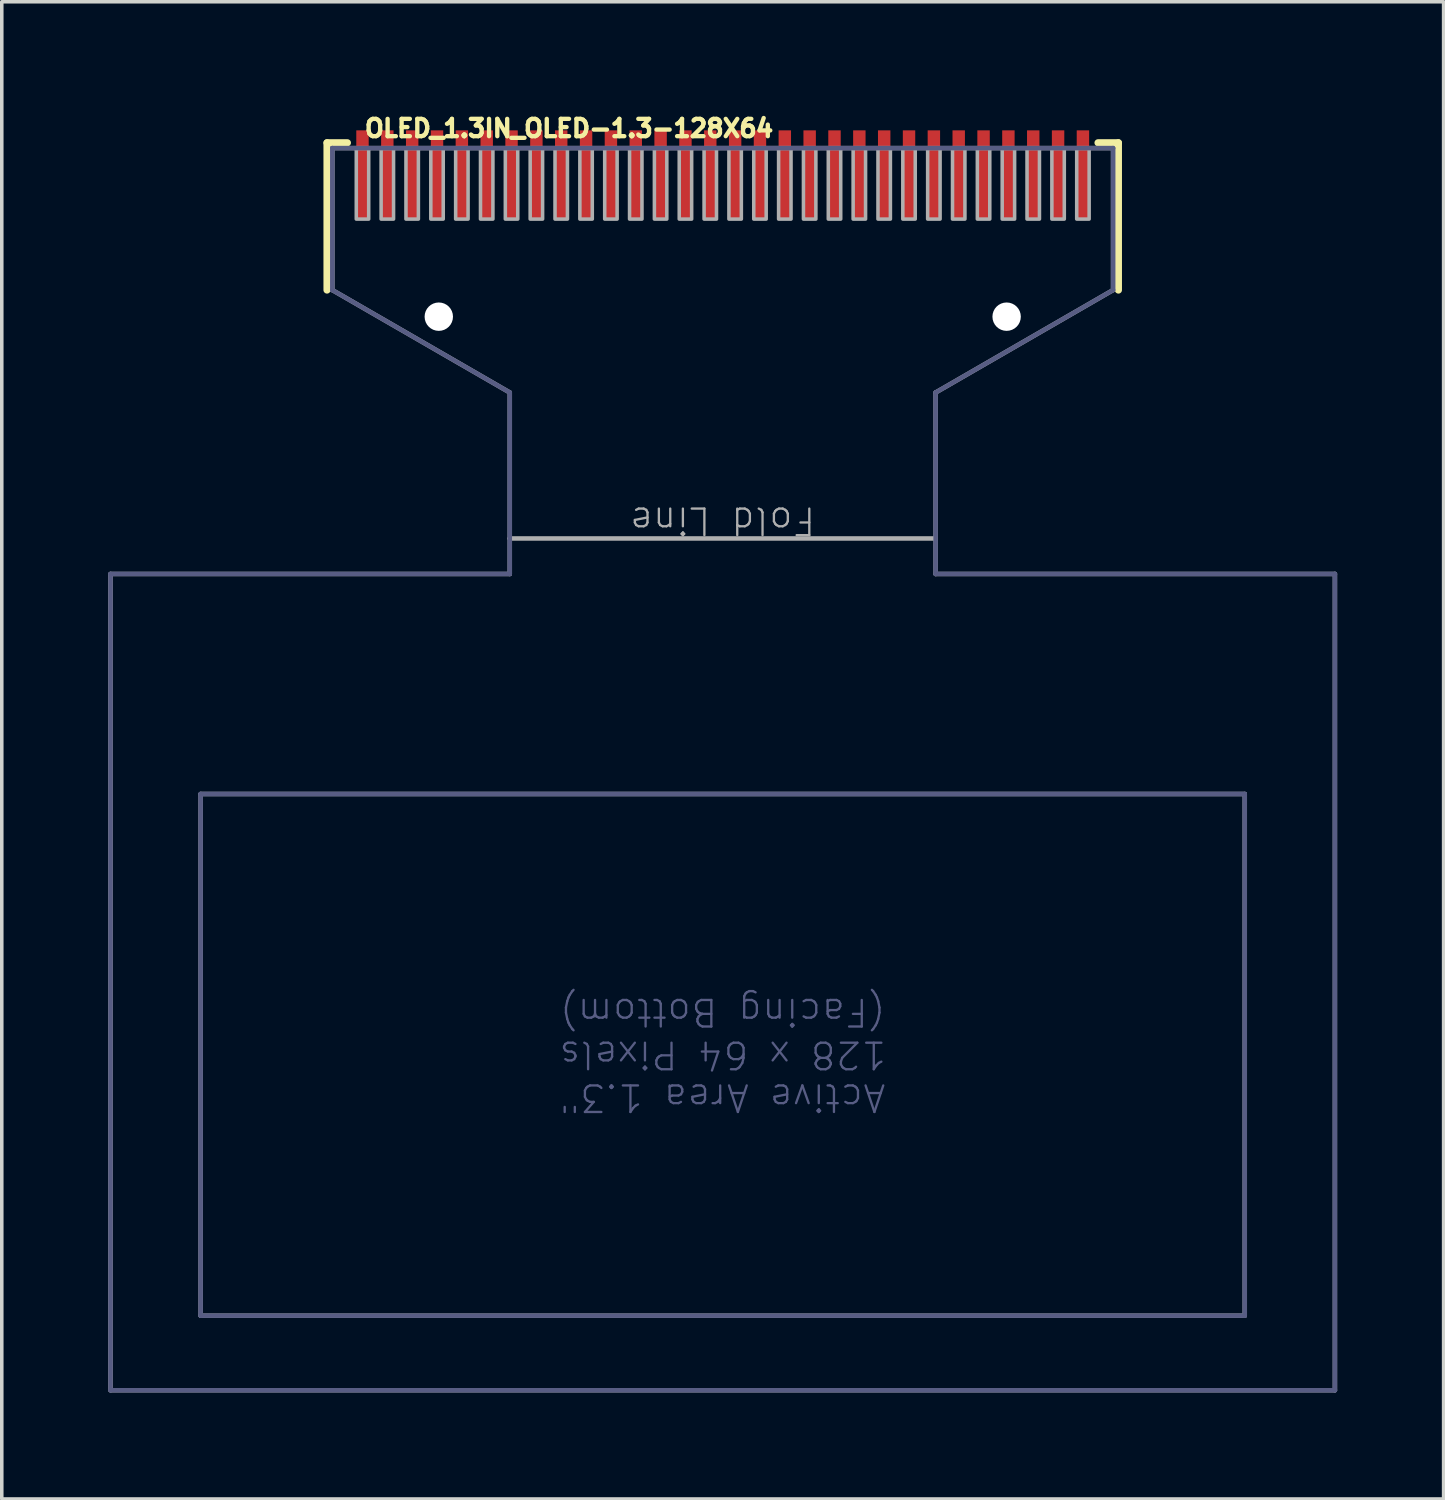
<source format=kicad_pcb>
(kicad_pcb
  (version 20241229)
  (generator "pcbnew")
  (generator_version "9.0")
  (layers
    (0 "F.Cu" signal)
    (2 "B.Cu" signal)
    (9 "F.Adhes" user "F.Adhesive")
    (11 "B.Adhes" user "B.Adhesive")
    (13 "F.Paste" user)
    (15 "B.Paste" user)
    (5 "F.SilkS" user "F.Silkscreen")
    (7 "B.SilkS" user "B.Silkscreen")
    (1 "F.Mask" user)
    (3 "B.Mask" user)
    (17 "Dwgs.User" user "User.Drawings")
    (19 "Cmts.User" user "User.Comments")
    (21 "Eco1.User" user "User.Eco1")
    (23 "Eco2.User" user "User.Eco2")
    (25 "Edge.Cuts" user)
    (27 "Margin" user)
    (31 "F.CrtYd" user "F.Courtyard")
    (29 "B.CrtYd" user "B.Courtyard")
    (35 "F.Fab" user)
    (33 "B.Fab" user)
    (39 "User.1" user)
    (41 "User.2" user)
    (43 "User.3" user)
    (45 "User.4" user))
  (footprint "OLED_1.3IN_OLED-1.3-128X64"
    (layer "F.Cu")
    (at 17.314 2.123)
    (property "Reference" "OLED_1.3IN_OLED-1.3-128X64" (at -10.15 -1.27 0) (unlocked yes) (layer "F.SilkS") (effects (font (size 0.488 0.488) (thickness 0.122)) (justify left bottom)))
    (fp_line (start -11.15 -1.15) (end -11.15 3) (stroke (width 0.2) (type solid)) (layer "F.SilkS"))
    (fp_line (start -10.575 -1.15) (end -11.15 -1.15) (stroke (width 0.2) (type solid)) (layer "F.SilkS"))
    (fp_line (start 10.575 -1.15) (end 11.15 -1.15) (stroke (width 0.2) (type solid)) (layer "F.SilkS"))
    (fp_line (start 11.15 -1.15) (end 11.15 3) (stroke (width 0.2) (type solid)) (layer "F.SilkS"))
    (fp_line (start -17.25 11) (end -17.25 34) (stroke (width 0.127) (type solid)) (layer "B.Fab"))
    (fp_line (start -17.25 34) (end 17.25 34) (stroke (width 0.127) (type solid)) (layer "B.Fab"))
    (fp_line (start -14.71 17.2) (end -14.71 31.9) (stroke (width 0.127) (type solid)) (layer "B.Fab"))
    (fp_line (start -14.71 31.9) (end 14.71 31.9) (stroke (width 0.127) (type solid)) (layer "B.Fab"))
    (fp_line (start -11 -1) (end -11 3) (stroke (width 0.127) (type solid)) (layer "B.Fab"))
    (fp_line (start -11 3) (end -6 5.887) (stroke (width 0.127) (type solid)) (layer "B.Fab"))
    (fp_line (start -6 5.887) (end -6 11) (stroke (width 0.127) (type solid)) (layer "B.Fab"))
    (fp_line (start -6 11) (end -17.25 11) (stroke (width 0.127) (type solid)) (layer "B.Fab"))
    (fp_line (start 6 5.887) (end 11 3) (stroke (width 0.127) (type solid)) (layer "B.Fab"))
    (fp_line (start 6 11) (end 6 5.887) (stroke (width 0.127) (type solid)) (layer "B.Fab"))
    (fp_line (start 11 -1) (end -11 -1) (stroke (width 0.127) (type solid)) (layer "B.Fab"))
    (fp_line (start 11 3) (end 11 -1) (stroke (width 0.127) (type solid)) (layer "B.Fab"))
    (fp_line (start 14.71 17.2) (end -14.71 17.2) (stroke (width 0.127) (type solid)) (layer "B.Fab"))
    (fp_line (start 14.71 31.9) (end 14.71 17.2) (stroke (width 0.127) (type solid)) (layer "B.Fab"))
    (fp_line (start 17.25 11) (end 6 11) (stroke (width 0.127) (type solid)) (layer "B.Fab"))
    (fp_line (start 17.25 34) (end 17.25 11) (stroke (width 0.127) (type solid)) (layer "B.Fab"))
    (fp_line (start -17.25 11) (end -17.25 34) (stroke (width 0.127) (type solid)) (layer "F.Fab"))
    (fp_line (start -17.25 34) (end 17.25 34) (stroke (width 0.127) (type solid)) (layer "F.Fab"))
    (fp_line (start -14.71 17.2) (end -14.71 31.9) (stroke (width 0.127) (type solid)) (layer "F.Fab"))
    (fp_line (start -14.71 31.9) (end 14.71 31.9) (stroke (width 0.127) (type solid)) (layer "F.Fab"))
    (fp_line (start -11 -1) (end -11 3) (stroke (width 0.127) (type solid)) (layer "F.Fab"))
    (fp_line (start -11 3) (end -6 5.887) (stroke (width 0.127) (type solid)) (layer "F.Fab"))
    (fp_line (start -6 5.887) (end -6 10) (stroke (width 0.127) (type solid)) (layer "F.Fab"))
    (fp_line (start -6 10) (end -6 11) (stroke (width 0.127) (type solid)) (layer "F.Fab"))
    (fp_line (start -6 11) (end -17.25 11) (stroke (width 0.127) (type solid)) (layer "F.Fab"))
    (fp_line (start 6 5.887) (end 11 3) (stroke (width 0.127) (type solid)) (layer "F.Fab"))
    (fp_line (start 6 10) (end -6 10) (stroke (width 0.127) (type solid)) (layer "F.Fab"))
    (fp_line (start 6 10) (end 6 5.887) (stroke (width 0.127) (type solid)) (layer "F.Fab"))
    (fp_line (start 6 11) (end 6 10) (stroke (width 0.127) (type solid)) (layer "F.Fab"))
    (fp_line (start 11 -1) (end -11 -1) (stroke (width 0.127) (type solid)) (layer "F.Fab"))
    (fp_line (start 11 3) (end 11 -1) (stroke (width 0.127) (type solid)) (layer "F.Fab"))
    (fp_line (start 14.71 17.2) (end -14.71 17.2) (stroke (width 0.127) (type solid)) (layer "F.Fab"))
    (fp_line (start 14.71 31.9) (end 14.71 17.2) (stroke (width 0.127) (type solid)) (layer "F.Fab"))
    (fp_line (start 17.25 11) (end 6 11) (stroke (width 0.127) (type solid)) (layer "F.Fab"))
    (fp_line (start 17.25 34) (end 17.25 11) (stroke (width 0.127) (type solid)) (layer "F.Fab"))
    (fp_poly (pts (xy -10.325 1) (xy -9.975 1) (xy -9.975 -1) (xy -10.325 -1)) (stroke (width 0.1) (type default)) (fill no) (layer "F.Fab"))
    (fp_poly (pts (xy -9.625 1) (xy -9.275 1) (xy -9.275 -1) (xy -9.625 -1)) (stroke (width 0.1) (type default)) (fill no) (layer "F.Fab"))
    (fp_poly (pts (xy -8.925 1) (xy -8.575 1) (xy -8.575 -1) (xy -8.925 -1)) (stroke (width 0.1) (type default)) (fill no) (layer "F.Fab"))
    (fp_poly (pts (xy -8.225 1) (xy -7.875 1) (xy -7.875 -1) (xy -8.225 -1)) (stroke (width 0.1) (type default)) (fill no) (layer "F.Fab"))
    (fp_poly (pts (xy -7.525 1) (xy -7.175 1) (xy -7.175 -1) (xy -7.525 -1)) (stroke (width 0.1) (type default)) (fill no) (layer "F.Fab"))
    (fp_poly (pts (xy -6.825 1) (xy -6.475 1) (xy -6.475 -1) (xy -6.825 -1)) (stroke (width 0.1) (type default)) (fill no) (layer "F.Fab"))
    (fp_poly (pts (xy -6.125 1) (xy -5.775 1) (xy -5.775 -1) (xy -6.125 -1)) (stroke (width 0.1) (type default)) (fill no) (layer "F.Fab"))
    (fp_poly (pts (xy -5.425 1) (xy -5.075 1) (xy -5.075 -1) (xy -5.425 -1)) (stroke (width 0.1) (type default)) (fill no) (layer "F.Fab"))
    (fp_poly (pts (xy -4.725 1) (xy -4.375 1) (xy -4.375 -1) (xy -4.725 -1)) (stroke (width 0.1) (type default)) (fill no) (layer "F.Fab"))
    (fp_poly (pts (xy -4.025 1) (xy -3.675 1) (xy -3.675 -1) (xy -4.025 -1)) (stroke (width 0.1) (type default)) (fill no) (layer "F.Fab"))
    (fp_poly (pts (xy -3.325 1) (xy -2.975 1) (xy -2.975 -1) (xy -3.325 -1)) (stroke (width 0.1) (type default)) (fill no) (layer "F.Fab"))
    (fp_poly (pts (xy -2.625 1) (xy -2.275 1) (xy -2.275 -1) (xy -2.625 -1)) (stroke (width 0.1) (type default)) (fill no) (layer "F.Fab"))
    (fp_poly (pts (xy -1.925 1) (xy -1.575 1) (xy -1.575 -1) (xy -1.925 -1)) (stroke (width 0.1) (type default)) (fill no) (layer "F.Fab"))
    (fp_poly (pts (xy -1.225 1) (xy -0.875 1) (xy -0.875 -1) (xy -1.225 -1)) (stroke (width 0.1) (type default)) (fill no) (layer "F.Fab"))
    (fp_poly (pts (xy -0.525 1) (xy -0.175 1) (xy -0.175 -1) (xy -0.525 -1)) (stroke (width 0.1) (type default)) (fill no) (layer "F.Fab"))
    (fp_poly (pts (xy 0.175 1) (xy 0.525 1) (xy 0.525 -1) (xy 0.175 -1)) (stroke (width 0.1) (type default)) (fill no) (layer "F.Fab"))
    (fp_poly (pts (xy 0.875 1) (xy 1.225 1) (xy 1.225 -1) (xy 0.875 -1)) (stroke (width 0.1) (type default)) (fill no) (layer "F.Fab"))
    (fp_poly (pts (xy 1.575 1) (xy 1.925 1) (xy 1.925 -1) (xy 1.575 -1)) (stroke (width 0.1) (type default)) (fill no) (layer "F.Fab"))
    (fp_poly (pts (xy 2.275 1) (xy 2.625 1) (xy 2.625 -1) (xy 2.275 -1)) (stroke (width 0.1) (type default)) (fill no) (layer "F.Fab"))
    (fp_poly (pts (xy 2.975 1) (xy 3.325 1) (xy 3.325 -1) (xy 2.975 -1)) (stroke (width 0.1) (type default)) (fill no) (layer "F.Fab"))
    (fp_poly (pts (xy 3.675 1) (xy 4.025 1) (xy 4.025 -1) (xy 3.675 -1)) (stroke (width 0.1) (type default)) (fill no) (layer "F.Fab"))
    (fp_poly (pts (xy 4.375 1) (xy 4.725 1) (xy 4.725 -1) (xy 4.375 -1)) (stroke (width 0.1) (type default)) (fill no) (layer "F.Fab"))
    (fp_poly (pts (xy 5.075 1) (xy 5.425 1) (xy 5.425 -1) (xy 5.075 -1)) (stroke (width 0.1) (type default)) (fill no) (layer "F.Fab"))
    (fp_poly (pts (xy 5.775 1) (xy 6.125 1) (xy 6.125 -1) (xy 5.775 -1)) (stroke (width 0.1) (type default)) (fill no) (layer "F.Fab"))
    (fp_poly (pts (xy 6.475 1) (xy 6.825 1) (xy 6.825 -1) (xy 6.475 -1)) (stroke (width 0.1) (type default)) (fill no) (layer "F.Fab"))
    (fp_poly (pts (xy 7.175 1) (xy 7.525 1) (xy 7.525 -1) (xy 7.175 -1)) (stroke (width 0.1) (type default)) (fill no) (layer "F.Fab"))
    (fp_poly (pts (xy 7.875 1) (xy 8.225 1) (xy 8.225 -1) (xy 7.875 -1)) (stroke (width 0.1) (type default)) (fill no) (layer "F.Fab"))
    (fp_poly (pts (xy 8.575 1) (xy 8.925 1) (xy 8.925 -1) (xy 8.575 -1)) (stroke (width 0.1) (type default)) (fill no) (layer "F.Fab"))
    (fp_poly (pts (xy 9.275 1) (xy 9.625 1) (xy 9.625 -1) (xy 9.275 -1)) (stroke (width 0.1) (type default)) (fill no) (layer "F.Fab"))
    (fp_poly (pts (xy 9.975 1) (xy 10.325 1) (xy 10.325 -1) (xy 9.975 -1)) (stroke (width 0.1) (type default)) (fill no) (layer "F.Fab"))
    (fp_text user "Active Area 1.3\"\n128 x 64 Pixels\n(Facing Bottom)" (at 0 24.55 180) (unlocked yes) (layer "B.Fab") (effects (font (size 0.748 0.748) (thickness 0.065))))
    (fp_text user "Fold Line" (at 0 9.5 180) (unlocked yes) (layer "F.Fab") (effects (font (size 0.748 0.748) (thickness 0.065))))
    (pad "" np_thru_hole circle (at -8 3.75) (size 0.8 0.8) (drill 0.8) (layers "*.Cu" "*.Mask"))
    (pad "" np_thru_hole circle (at 8 3.75) (size 0.8 0.8) (drill 0.8) (layers "*.Cu" "*.Mask"))
    (pad "1" smd rect (at -10.15 -0.25) (size 0.35 2.5) (layers "F.Cu" "F.Mask" "F.Paste"))
    (pad "2" smd rect (at -9.45 -0.25) (size 0.35 2.5) (layers "F.Cu" "F.Mask" "F.Paste"))
    (pad "3" smd rect (at -8.75 -0.25) (size 0.35 2.5) (layers "F.Cu" "F.Mask" "F.Paste"))
    (pad "4" smd rect (at -8.05 -0.25) (size 0.35 2.5) (layers "F.Cu" "F.Mask" "F.Paste"))
    (pad "5" smd rect (at -7.35 -0.25) (size 0.35 2.5) (layers "F.Cu" "F.Mask" "F.Paste"))
    (pad "6" smd rect (at -6.65 -0.25) (size 0.35 2.5) (layers "F.Cu" "F.Mask" "F.Paste"))
    (pad "7" smd rect (at -5.95 -0.25) (size 0.35 2.5) (layers "F.Cu" "F.Mask" "F.Paste"))
    (pad "8" smd rect (at -5.25 -0.25) (size 0.35 2.5) (layers "F.Cu" "F.Mask" "F.Paste"))
    (pad "9" smd rect (at -4.55 -0.25) (size 0.35 2.5) (layers "F.Cu" "F.Mask" "F.Paste"))
    (pad "10" smd rect (at -3.85 -0.25) (size 0.35 2.5) (layers "F.Cu" "F.Mask" "F.Paste"))
    (pad "11" smd rect (at -3.15 -0.25) (size 0.35 2.5) (layers "F.Cu" "F.Mask" "F.Paste"))
    (pad "12" smd rect (at -2.45 -0.25) (size 0.35 2.5) (layers "F.Cu" "F.Mask" "F.Paste"))
    (pad "13" smd rect (at -1.75 -0.25) (size 0.35 2.5) (layers "F.Cu" "F.Mask" "F.Paste"))
    (pad "14" smd rect (at -1.05 -0.25) (size 0.35 2.5) (layers "F.Cu" "F.Mask" "F.Paste"))
    (pad "15" smd rect (at -0.35 -0.25) (size 0.35 2.5) (layers "F.Cu" "F.Mask" "F.Paste"))
    (pad "16" smd rect (at 0.35 -0.25) (size 0.35 2.5) (layers "F.Cu" "F.Mask" "F.Paste"))
    (pad "17" smd rect (at 1.05 -0.25) (size 0.35 2.5) (layers "F.Cu" "F.Mask" "F.Paste"))
    (pad "18" smd rect (at 1.75 -0.25) (size 0.35 2.5) (layers "F.Cu" "F.Mask" "F.Paste"))
    (pad "19" smd rect (at 2.45 -0.25) (size 0.35 2.5) (layers "F.Cu" "F.Mask" "F.Paste"))
    (pad "20" smd rect (at 3.15 -0.25) (size 0.35 2.5) (layers "F.Cu" "F.Mask" "F.Paste"))
    (pad "21" smd rect (at 3.85 -0.25) (size 0.35 2.5) (layers "F.Cu" "F.Mask" "F.Paste"))
    (pad "22" smd rect (at 4.55 -0.25) (size 0.35 2.5) (layers "F.Cu" "F.Mask" "F.Paste"))
    (pad "23" smd rect (at 5.25 -0.25) (size 0.35 2.5) (layers "F.Cu" "F.Mask" "F.Paste"))
    (pad "24" smd rect (at 5.95 -0.25) (size 0.35 2.5) (layers "F.Cu" "F.Mask" "F.Paste"))
    (pad "25" smd rect (at 6.65 -0.25) (size 0.35 2.5) (layers "F.Cu" "F.Mask" "F.Paste"))
    (pad "26" smd rect (at 7.35 -0.25) (size 0.35 2.5) (layers "F.Cu" "F.Mask" "F.Paste"))
    (pad "27" smd rect (at 8.05 -0.25) (size 0.35 2.5) (layers "F.Cu" "F.Mask" "F.Paste"))
    (pad "28" smd rect (at 8.75 -0.25) (size 0.35 2.5) (layers "F.Cu" "F.Mask" "F.Paste"))
    (pad "29" smd rect (at 9.45 -0.25) (size 0.35 2.5) (layers "F.Cu" "F.Mask" "F.Paste"))
    (pad "30" smd rect (at 10.15 -0.25) (size 0.35 2.5) (layers "F.Cu" "F.Mask" "F.Paste")))
  (gr_rect
    (start -3 -3)
    (end 37.627 39.187)
    (stroke (width 0.1) (type default))
    (fill no)
    (layer "Edge.Cuts")))
</source>
